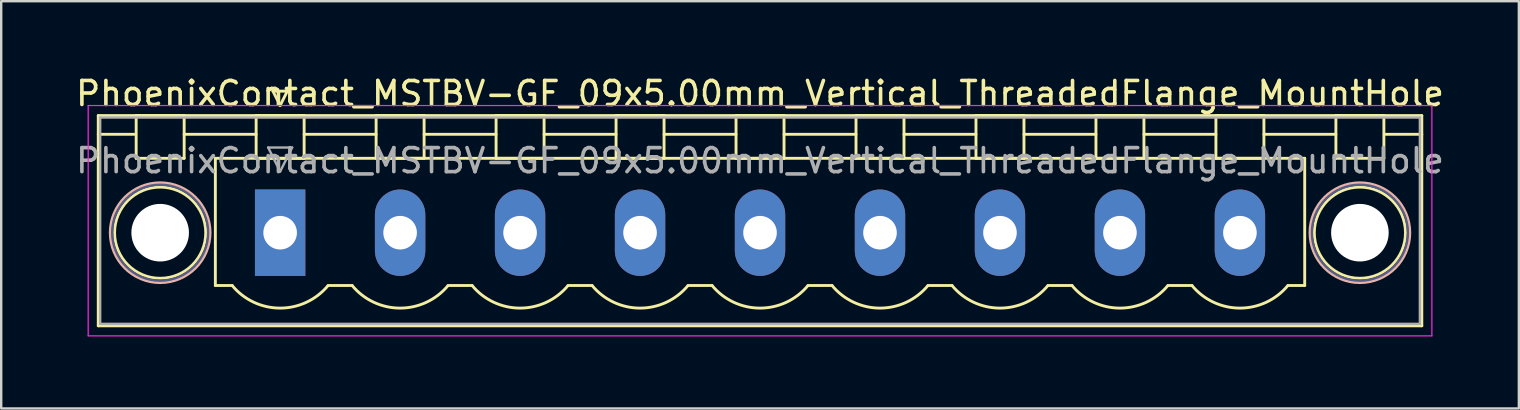
<source format=kicad_pcb>
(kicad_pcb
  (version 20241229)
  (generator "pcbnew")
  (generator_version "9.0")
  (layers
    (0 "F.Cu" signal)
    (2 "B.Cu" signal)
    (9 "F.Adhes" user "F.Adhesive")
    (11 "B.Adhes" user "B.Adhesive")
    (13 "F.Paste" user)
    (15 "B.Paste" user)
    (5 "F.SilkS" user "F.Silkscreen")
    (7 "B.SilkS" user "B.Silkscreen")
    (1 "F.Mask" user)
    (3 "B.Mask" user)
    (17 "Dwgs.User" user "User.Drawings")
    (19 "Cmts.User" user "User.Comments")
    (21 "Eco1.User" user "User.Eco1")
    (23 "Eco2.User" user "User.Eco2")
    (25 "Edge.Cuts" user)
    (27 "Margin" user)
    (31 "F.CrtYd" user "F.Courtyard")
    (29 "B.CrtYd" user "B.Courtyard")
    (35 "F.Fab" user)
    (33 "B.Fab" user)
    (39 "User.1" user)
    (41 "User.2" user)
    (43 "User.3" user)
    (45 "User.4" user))
  (footprint "PhoenixContact_MSTBV-GF_09x5.00mm_Vertical_ThreadedFlange_MountHole"
    (layer "F.Cu")
    (at 8.625 6.648)
    (property "Reference" "PhoenixContact_MSTBV-GF_09x5.00mm_Vertical_ThreadedFlange_MountHole" (at 20 -5.8 0) (layer "F.SilkS") (effects (font (size 1 1) (thickness 0.15))))
    (attr through_hole)
    (fp_line (start -7.58 -4.88) (end -7.58 3.88) (stroke (width 0.12) (type solid)) (layer "F.SilkS"))
    (fp_line (start -7.58 -4.1) (end -6.08 -4.1) (stroke (width 0.12) (type solid)) (layer "F.SilkS"))
    (fp_line (start -7.58 3.88) (end 47.58 3.88) (stroke (width 0.12) (type solid)) (layer "F.SilkS"))
    (fp_line (start -6 -4.88) (end -4 -4.88) (stroke (width 0.12) (type solid)) (layer "F.SilkS"))
    (fp_line (start -6 -3.1) (end -6 -4.88) (stroke (width 0.12) (type solid)) (layer "F.SilkS"))
    (fp_line (start -4 -4.88) (end -4 -3.1) (stroke (width 0.12) (type solid)) (layer "F.SilkS"))
    (fp_line (start -4 -4.1) (end -1 -4.1) (stroke (width 0.12) (type solid)) (layer "F.SilkS"))
    (fp_line (start -4 -3.1) (end -6 -3.1) (stroke (width 0.12) (type solid)) (layer "F.SilkS"))
    (fp_line (start -2.7 -3.1) (end 42.7 -3.1) (stroke (width 0.12) (type solid)) (layer "F.SilkS"))
    (fp_line (start -2.7 2.2) (end -2.7 -3.1) (stroke (width 0.12) (type solid)) (layer "F.SilkS"))
    (fp_line (start -2 2.2) (end -2.7 2.2) (stroke (width 0.12) (type solid)) (layer "F.SilkS"))
    (fp_line (start -1 -4.88) (end 1 -4.88) (stroke (width 0.12) (type solid)) (layer "F.SilkS"))
    (fp_line (start -1 -3.1) (end -1 -4.88) (stroke (width 0.12) (type solid)) (layer "F.SilkS"))
    (fp_line (start -0.3 -5.9) (end 0.3 -5.9) (stroke (width 0.12) (type solid)) (layer "F.SilkS"))
    (fp_line (start 0 -5.3) (end -0.3 -5.9) (stroke (width 0.12) (type solid)) (layer "F.SilkS"))
    (fp_line (start 0.3 -5.9) (end 0 -5.3) (stroke (width 0.12) (type solid)) (layer "F.SilkS"))
    (fp_line (start 1 -4.88) (end 1 -3.1) (stroke (width 0.12) (type solid)) (layer "F.SilkS"))
    (fp_line (start 1 -4.1) (end 4 -4.1) (stroke (width 0.12) (type solid)) (layer "F.SilkS"))
    (fp_line (start 1 -3.1) (end -1 -3.1) (stroke (width 0.12) (type solid)) (layer "F.SilkS"))
    (fp_line (start 2 2.2) (end 3 2.2) (stroke (width 0.12) (type solid)) (layer "F.SilkS"))
    (fp_line (start 4 -4.88) (end 6 -4.88) (stroke (width 0.12) (type solid)) (layer "F.SilkS"))
    (fp_line (start 4 -3.1) (end 4 -4.88) (stroke (width 0.12) (type solid)) (layer "F.SilkS"))
    (fp_line (start 6 -4.88) (end 6 -3.1) (stroke (width 0.12) (type solid)) (layer "F.SilkS"))
    (fp_line (start 6 -4.1) (end 9 -4.1) (stroke (width 0.12) (type solid)) (layer "F.SilkS"))
    (fp_line (start 6 -3.1) (end 4 -3.1) (stroke (width 0.12) (type solid)) (layer "F.SilkS"))
    (fp_line (start 7 2.2) (end 8 2.2) (stroke (width 0.12) (type solid)) (layer "F.SilkS"))
    (fp_line (start 9 -4.88) (end 11 -4.88) (stroke (width 0.12) (type solid)) (layer "F.SilkS"))
    (fp_line (start 9 -3.1) (end 9 -4.88) (stroke (width 0.12) (type solid)) (layer "F.SilkS"))
    (fp_line (start 11 -4.88) (end 11 -3.1) (stroke (width 0.12) (type solid)) (layer "F.SilkS"))
    (fp_line (start 11 -4.1) (end 14 -4.1) (stroke (width 0.12) (type solid)) (layer "F.SilkS"))
    (fp_line (start 11 -3.1) (end 9 -3.1) (stroke (width 0.12) (type solid)) (layer "F.SilkS"))
    (fp_line (start 12 2.2) (end 13 2.2) (stroke (width 0.12) (type solid)) (layer "F.SilkS"))
    (fp_line (start 14 -4.88) (end 16 -4.88) (stroke (width 0.12) (type solid)) (layer "F.SilkS"))
    (fp_line (start 14 -3.1) (end 14 -4.88) (stroke (width 0.12) (type solid)) (layer "F.SilkS"))
    (fp_line (start 16 -4.88) (end 16 -3.1) (stroke (width 0.12) (type solid)) (layer "F.SilkS"))
    (fp_line (start 16 -4.1) (end 19 -4.1) (stroke (width 0.12) (type solid)) (layer "F.SilkS"))
    (fp_line (start 16 -3.1) (end 14 -3.1) (stroke (width 0.12) (type solid)) (layer "F.SilkS"))
    (fp_line (start 17 2.2) (end 18 2.2) (stroke (width 0.12) (type solid)) (layer "F.SilkS"))
    (fp_line (start 19 -4.88) (end 21 -4.88) (stroke (width 0.12) (type solid)) (layer "F.SilkS"))
    (fp_line (start 19 -3.1) (end 19 -4.88) (stroke (width 0.12) (type solid)) (layer "F.SilkS"))
    (fp_line (start 21 -4.88) (end 21 -3.1) (stroke (width 0.12) (type solid)) (layer "F.SilkS"))
    (fp_line (start 21 -4.1) (end 24 -4.1) (stroke (width 0.12) (type solid)) (layer "F.SilkS"))
    (fp_line (start 21 -3.1) (end 19 -3.1) (stroke (width 0.12) (type solid)) (layer "F.SilkS"))
    (fp_line (start 22 2.2) (end 23 2.2) (stroke (width 0.12) (type solid)) (layer "F.SilkS"))
    (fp_line (start 24 -4.88) (end 26 -4.88) (stroke (width 0.12) (type solid)) (layer "F.SilkS"))
    (fp_line (start 24 -3.1) (end 24 -4.88) (stroke (width 0.12) (type solid)) (layer "F.SilkS"))
    (fp_line (start 26 -4.88) (end 26 -3.1) (stroke (width 0.12) (type solid)) (layer "F.SilkS"))
    (fp_line (start 26 -4.1) (end 29 -4.1) (stroke (width 0.12) (type solid)) (layer "F.SilkS"))
    (fp_line (start 26 -3.1) (end 24 -3.1) (stroke (width 0.12) (type solid)) (layer "F.SilkS"))
    (fp_line (start 27 2.2) (end 28 2.2) (stroke (width 0.12) (type solid)) (layer "F.SilkS"))
    (fp_line (start 29 -4.88) (end 31 -4.88) (stroke (width 0.12) (type solid)) (layer "F.SilkS"))
    (fp_line (start 29 -3.1) (end 29 -4.88) (stroke (width 0.12) (type solid)) (layer "F.SilkS"))
    (fp_line (start 31 -4.88) (end 31 -3.1) (stroke (width 0.12) (type solid)) (layer "F.SilkS"))
    (fp_line (start 31 -4.1) (end 34 -4.1) (stroke (width 0.12) (type solid)) (layer "F.SilkS"))
    (fp_line (start 31 -3.1) (end 29 -3.1) (stroke (width 0.12) (type solid)) (layer "F.SilkS"))
    (fp_line (start 32 2.2) (end 33 2.2) (stroke (width 0.12) (type solid)) (layer "F.SilkS"))
    (fp_line (start 34 -4.88) (end 36 -4.88) (stroke (width 0.12) (type solid)) (layer "F.SilkS"))
    (fp_line (start 34 -3.1) (end 34 -4.88) (stroke (width 0.12) (type solid)) (layer "F.SilkS"))
    (fp_line (start 36 -4.88) (end 36 -3.1) (stroke (width 0.12) (type solid)) (layer "F.SilkS"))
    (fp_line (start 36 -4.1) (end 39 -4.1) (stroke (width 0.12) (type solid)) (layer "F.SilkS"))
    (fp_line (start 36 -3.1) (end 34 -3.1) (stroke (width 0.12) (type solid)) (layer "F.SilkS"))
    (fp_line (start 37 2.2) (end 38 2.2) (stroke (width 0.12) (type solid)) (layer "F.SilkS"))
    (fp_line (start 39 -4.88) (end 41 -4.88) (stroke (width 0.12) (type solid)) (layer "F.SilkS"))
    (fp_line (start 39 -3.1) (end 39 -4.88) (stroke (width 0.12) (type solid)) (layer "F.SilkS"))
    (fp_line (start 41 -4.88) (end 41 -3.1) (stroke (width 0.12) (type solid)) (layer "F.SilkS"))
    (fp_line (start 41 -4.1) (end 44 -4.1) (stroke (width 0.12) (type solid)) (layer "F.SilkS"))
    (fp_line (start 41 -3.1) (end 39 -3.1) (stroke (width 0.12) (type solid)) (layer "F.SilkS"))
    (fp_line (start 42.7 -3.1) (end 42.7 2.2) (stroke (width 0.12) (type solid)) (layer "F.SilkS"))
    (fp_line (start 42.7 2.2) (end 42 2.2) (stroke (width 0.12) (type solid)) (layer "F.SilkS"))
    (fp_line (start 44 -4.88) (end 46 -4.88) (stroke (width 0.12) (type solid)) (layer "F.SilkS"))
    (fp_line (start 44 -3.1) (end 44 -4.88) (stroke (width 0.12) (type solid)) (layer "F.SilkS"))
    (fp_line (start 46 -4.88) (end 46 -3.1) (stroke (width 0.12) (type solid)) (layer "F.SilkS"))
    (fp_line (start 46 -3.1) (end 44 -3.1) (stroke (width 0.12) (type solid)) (layer "F.SilkS"))
    (fp_line (start 47.58 -4.88) (end -7.58 -4.88) (stroke (width 0.12) (type solid)) (layer "F.SilkS"))
    (fp_line (start 47.58 -4.1) (end 46.08 -4.1) (stroke (width 0.12) (type solid)) (layer "F.SilkS"))
    (fp_line (start 47.58 3.88) (end 47.58 -4.88) (stroke (width 0.12) (type solid)) (layer "F.SilkS"))
    (fp_arc (start 1.986842 2.215821) (mid -0.010289 3.142758) (end -2 2.2) (stroke (width 0.12) (type solid)) (layer "F.SilkS"))
    (fp_arc (start 6.986842 2.215821) (mid 4.989711 3.142758) (end 3 2.2) (stroke (width 0.12) (type solid)) (layer "F.SilkS"))
    (fp_arc (start 11.986842 2.215821) (mid 9.989711 3.142758) (end 8 2.2) (stroke (width 0.12) (type solid)) (layer "F.SilkS"))
    (fp_arc (start 16.986842 2.215821) (mid 14.989711 3.142758) (end 13 2.2) (stroke (width 0.12) (type solid)) (layer "F.SilkS"))
    (fp_arc (start 21.986842 2.215821) (mid 19.989711 3.142758) (end 18 2.2) (stroke (width 0.12) (type solid)) (layer "F.SilkS"))
    (fp_arc (start 26.986842 2.215821) (mid 24.989711 3.142758) (end 23 2.2) (stroke (width 0.12) (type solid)) (layer "F.SilkS"))
    (fp_arc (start 31.986842 2.215821) (mid 29.989711 3.142758) (end 28 2.2) (stroke (width 0.12) (type solid)) (layer "F.SilkS"))
    (fp_arc (start 36.986842 2.215821) (mid 34.989711 3.142758) (end 33 2.2) (stroke (width 0.12) (type solid)) (layer "F.SilkS"))
    (fp_arc (start 41.986842 2.215821) (mid 39.989711 3.142758) (end 38 2.2) (stroke (width 0.12) (type solid)) (layer "F.SilkS"))
    (fp_circle (center -5 0) (end -3.1 0) (stroke (width 0.12) (type solid)) (fill no) (layer "F.SilkS"))
    (fp_circle (center 45 0) (end 46.9 0) (stroke (width 0.12) (type solid)) (fill no) (layer "F.SilkS"))
    (fp_circle (center -5 0) (end -2.92 0) (stroke (width 0.12) (type solid)) (fill no) (layer "B.SilkS"))
    (fp_circle (center 45 0) (end 47.08 0) (stroke (width 0.12) (type solid)) (fill no) (layer "B.SilkS"))
    (fp_line (start -8 -5.3) (end -8 4.3) (stroke (width 0.05) (type solid)) (layer "F.CrtYd"))
    (fp_line (start -8 4.3) (end 48 4.3) (stroke (width 0.05) (type solid)) (layer "F.CrtYd"))
    (fp_line (start 48 -5.3) (end -8 -5.3) (stroke (width 0.05) (type solid)) (layer "F.CrtYd"))
    (fp_line (start 48 4.3) (end 48 -5.3) (stroke (width 0.05) (type solid)) (layer "F.CrtYd"))
    (fp_circle (center -5 0) (end -3 0) (stroke (width 0.1) (type solid)) (fill no) (layer "B.Fab"))
    (fp_circle (center 45 0) (end 47 0) (stroke (width 0.1) (type solid)) (fill no) (layer "B.Fab"))
    (fp_line (start -7.5 -4.8) (end -7.5 3.8) (stroke (width 0.1) (type solid)) (layer "F.Fab"))
    (fp_line (start -7.5 3.8) (end 47.5 3.8) (stroke (width 0.1) (type solid)) (layer "F.Fab"))
    (fp_line (start -0.5 -3.55) (end 0.5 -3.55) (stroke (width 0.1) (type solid)) (layer "F.Fab"))
    (fp_line (start 0 -2.55) (end -0.5 -3.55) (stroke (width 0.1) (type solid)) (layer "F.Fab"))
    (fp_line (start 0.5 -3.55) (end 0 -2.55) (stroke (width 0.1) (type solid)) (layer "F.Fab"))
    (fp_line (start 47.5 -4.8) (end -7.5 -4.8) (stroke (width 0.1) (type solid)) (layer "F.Fab"))
    (fp_line (start 47.5 3.8) (end 47.5 -4.8) (stroke (width 0.1) (type solid)) (layer "F.Fab"))
    (fp_text user "${REFERENCE}" (at 20 -3 0) (layer "F.Fab") (effects (font (size 1 1) (thickness 0.15))))
    (pad "" np_thru_hole circle (at -5 0) (size 2.4 2.4) (drill 2.4) (layers "*.Cu" "*.Mask"))
    (pad "" np_thru_hole circle (at 45 0) (size 2.4 2.4) (drill 2.4) (layers "*.Cu" "*.Mask"))
    (pad "1" thru_hole rect (at 0 0) (size 2.1 3.6) (drill 1.4) (layers "*.Cu" "*.Mask"))
    (pad "2" thru_hole oval (at 5 0) (size 2.1 3.6) (drill 1.4) (layers "*.Cu" "*.Mask"))
    (pad "3" thru_hole oval (at 10 0) (size 2.1 3.6) (drill 1.4) (layers "*.Cu" "*.Mask"))
    (pad "4" thru_hole oval (at 15 0) (size 2.1 3.6) (drill 1.4) (layers "*.Cu" "*.Mask"))
    (pad "5" thru_hole oval (at 20 0) (size 2.1 3.6) (drill 1.4) (layers "*.Cu" "*.Mask"))
    (pad "6" thru_hole oval (at 25 0) (size 2.1 3.6) (drill 1.4) (layers "*.Cu" "*.Mask"))
    (pad "7" thru_hole oval (at 30 0) (size 2.1 3.6) (drill 1.4) (layers "*.Cu" "*.Mask"))
    (pad "8" thru_hole oval (at 35 0) (size 2.1 3.6) (drill 1.4) (layers "*.Cu" "*.Mask"))
    (pad "9" thru_hole oval (at 40 0) (size 2.1 3.6) (drill 1.4) (layers "*.Cu" "*.Mask")))
  (gr_rect
    (start -3 -3)
    (end 60.25 13.973)
    (stroke (width 0.1) (type default))
    (fill no)
    (layer "Edge.Cuts")))
</source>
